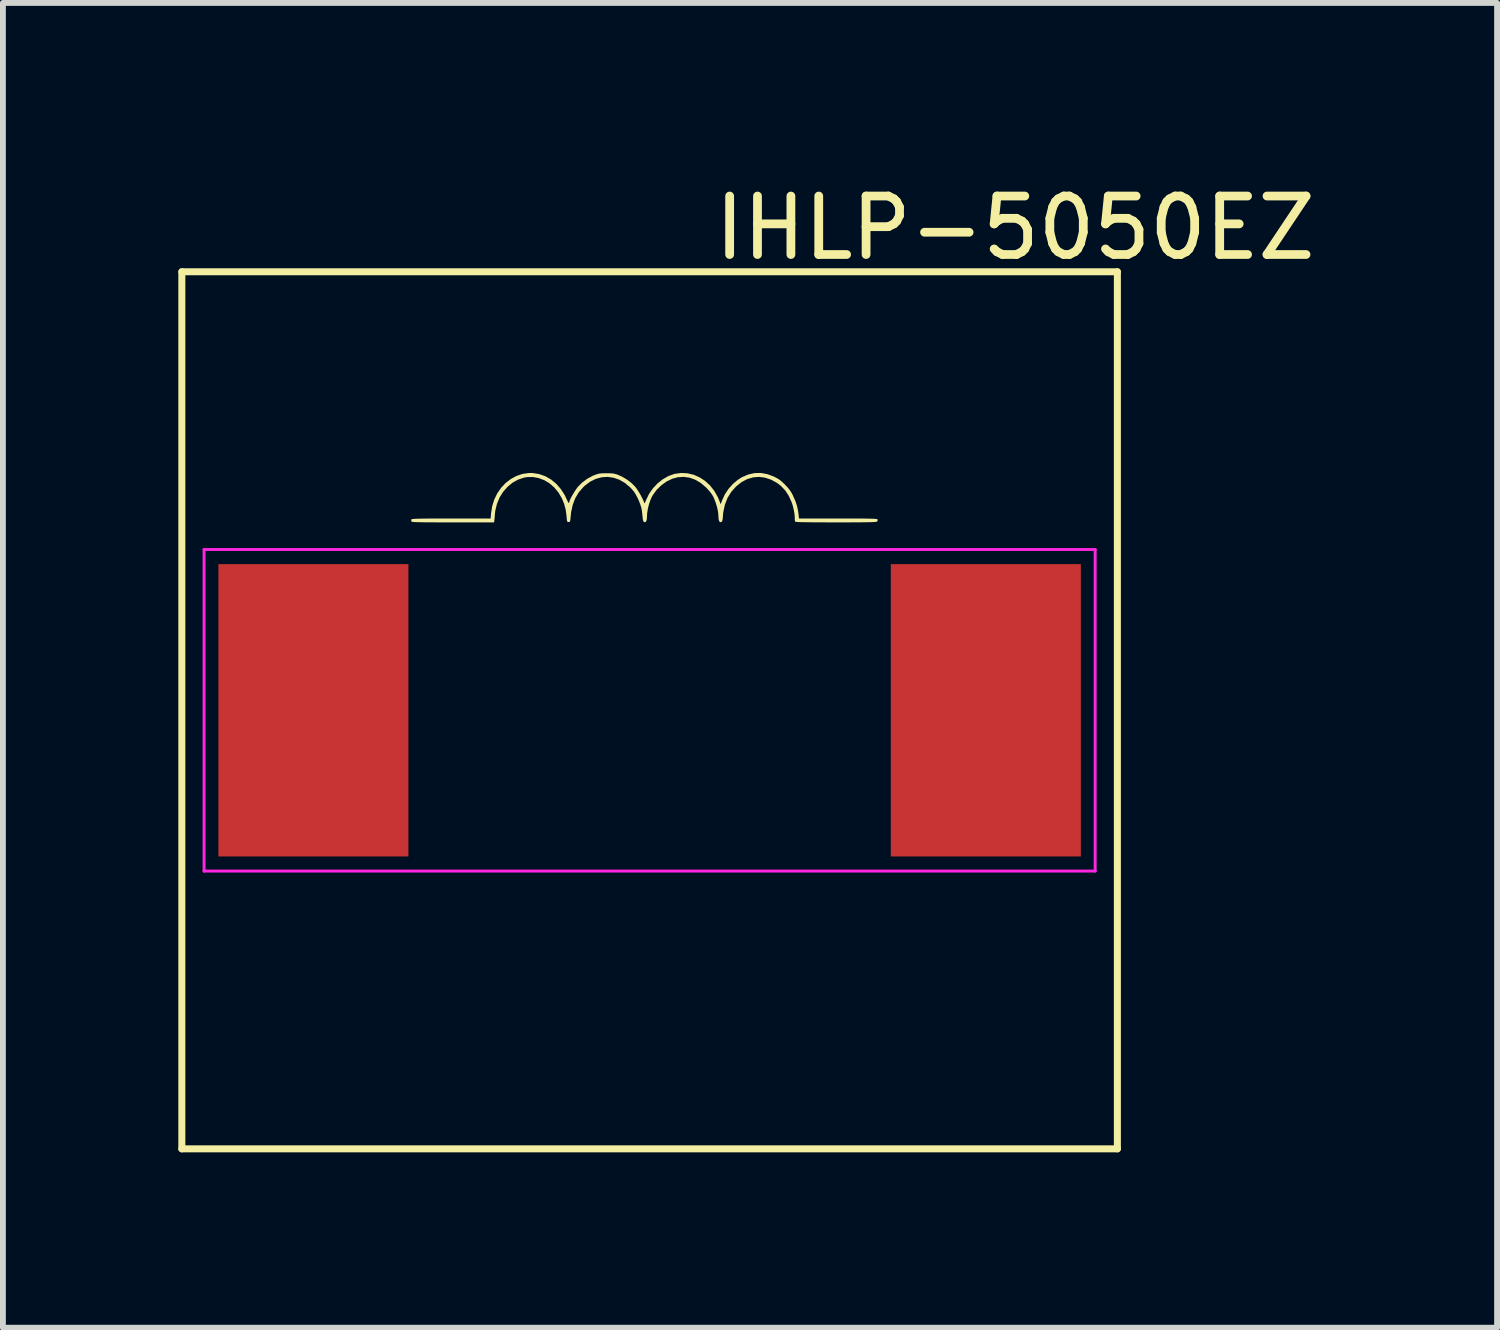
<source format=kicad_pcb>
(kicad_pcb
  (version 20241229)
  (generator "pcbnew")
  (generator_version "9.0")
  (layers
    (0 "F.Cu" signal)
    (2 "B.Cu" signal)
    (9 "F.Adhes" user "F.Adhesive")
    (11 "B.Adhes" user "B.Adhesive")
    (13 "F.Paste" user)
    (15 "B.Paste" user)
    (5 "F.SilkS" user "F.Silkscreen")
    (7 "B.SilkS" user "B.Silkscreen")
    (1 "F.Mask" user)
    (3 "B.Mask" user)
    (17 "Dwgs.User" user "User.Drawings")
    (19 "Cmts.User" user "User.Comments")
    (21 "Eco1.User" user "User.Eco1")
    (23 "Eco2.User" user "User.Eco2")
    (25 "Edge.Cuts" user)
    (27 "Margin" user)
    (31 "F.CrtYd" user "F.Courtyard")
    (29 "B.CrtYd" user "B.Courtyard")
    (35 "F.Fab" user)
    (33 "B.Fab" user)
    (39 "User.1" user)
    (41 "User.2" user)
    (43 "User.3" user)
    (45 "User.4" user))
  (footprint "IHLP-5050EZ"
    (layer "F.Cu")
    (at 8.06 9.098)
    (property "Reference" "IHLP-5050EZ" (at 6.25 -8.25 0) (layer "F.SilkS") (effects (font (size 1 1) (thickness 0.15))))
    (attr smd)
    (fp_line (start -8 -7.5) (end -8 7.5) (stroke (width 0.12) (type default)) (layer "F.SilkS"))
    (fp_line (start -8 -7.5) (end 8 -7.5) (stroke (width 0.12) (type default)) (layer "F.SilkS"))
    (fp_line (start 8 -7.5) (end 8 7.5) (stroke (width 0.12) (type default)) (layer "F.SilkS"))
    (fp_line (start 8 7.5) (end -8 7.5) (stroke (width 0.12) (type default)) (layer "F.SilkS"))
    (fp_poly (pts (xy 2.013 -4.039) (xy 2.124 -3.998) (xy 2.132 -3.994) (xy 2.182 -3.968) (xy 2.225 -3.941) (xy 2.267 -3.906) (xy 2.315 -3.86) (xy 2.36 -3.812) (xy 2.394 -3.771) (xy 2.422 -3.729) (xy 2.449 -3.679) (xy 2.455 -3.665) (xy 2.496 -3.572) (xy 2.523 -3.487) (xy 2.541 -3.4) (xy 2.547 -3.354) (xy 2.554 -3.28) (xy 3.224 -3.28) (xy 3.363 -3.28) (xy 3.482 -3.28) (xy 3.582 -3.28) (xy 3.665 -3.279) (xy 3.733 -3.278) (xy 3.786 -3.277) (xy 3.827 -3.276) (xy 3.857 -3.274) (xy 3.878 -3.272) (xy 3.891 -3.269) (xy 3.897 -3.266) (xy 3.9 -3.263) (xy 3.899 -3.242) (xy 3.892 -3.23) (xy 3.887 -3.227) (xy 3.877 -3.224) (xy 3.86 -3.222) (xy 3.835 -3.22) (xy 3.799 -3.218) (xy 3.753 -3.217) (xy 3.693 -3.216) (xy 3.619 -3.215) (xy 3.528 -3.215) (xy 3.42 -3.214) (xy 3.292 -3.214) (xy 3.188 -3.214) (xy 3.04 -3.214) (xy 2.913 -3.215) (xy 2.806 -3.215) (xy 2.716 -3.216) (xy 2.644 -3.217) (xy 2.587 -3.218) (xy 2.544 -3.22) (xy 2.514 -3.222) (xy 2.497 -3.224) (xy 2.489 -3.227) (xy 2.489 -3.228) (xy 2.484 -3.248) (xy 2.483 -3.274) (xy 2.482 -3.319) (xy 2.475 -3.378) (xy 2.462 -3.443) (xy 2.446 -3.508) (xy 2.43 -3.556) (xy 2.38 -3.668) (xy 2.318 -3.762) (xy 2.242 -3.841) (xy 2.179 -3.889) (xy 2.076 -3.945) (xy 1.972 -3.979) (xy 1.869 -3.992) (xy 1.767 -3.983) (xy 1.667 -3.953) (xy 1.57 -3.901) (xy 1.479 -3.828) (xy 1.478 -3.827) (xy 1.396 -3.735) (xy 1.332 -3.631) (xy 1.287 -3.515) (xy 1.26 -3.388) (xy 1.255 -3.336) (xy 1.251 -3.285) (xy 1.246 -3.252) (xy 1.239 -3.232) (xy 1.229 -3.221) (xy 1.228 -3.221) (xy 1.206 -3.217) (xy 1.19 -3.233) (xy 1.18 -3.268) (xy 1.177 -3.322) (xy 1.177 -3.325) (xy 1.171 -3.392) (xy 1.155 -3.469) (xy 1.131 -3.549) (xy 1.102 -3.625) (xy 1.086 -3.659) (xy 1.06 -3.7) (xy 1.023 -3.749) (xy 0.979 -3.797) (xy 0.967 -3.81) (xy 0.878 -3.886) (xy 0.784 -3.942) (xy 0.686 -3.978) (xy 0.585 -3.992) (xy 0.482 -3.986) (xy 0.387 -3.96) (xy 0.29 -3.913) (xy 0.2 -3.848) (xy 0.119 -3.769) (xy 0.053 -3.678) (xy 0.04 -3.655) (xy 0.012 -3.591) (xy -0.013 -3.516) (xy -0.032 -3.436) (xy -0.043 -3.362) (xy -0.044 -3.33) (xy -0.047 -3.273) (xy -0.057 -3.235) (xy -0.072 -3.217) (xy -0.094 -3.22) (xy -0.096 -3.221) (xy -0.106 -3.232) (xy -0.114 -3.254) (xy -0.119 -3.29) (xy -0.122 -3.325) (xy -0.13 -3.399) (xy -0.141 -3.463) (xy -0.16 -3.523) (xy -0.186 -3.589) (xy -0.206 -3.632) (xy -0.237 -3.691) (xy -0.267 -3.738) (xy -0.303 -3.782) (xy -0.334 -3.814) (xy -0.423 -3.889) (xy -0.519 -3.944) (xy -0.618 -3.978) (xy -0.719 -3.992) (xy -0.821 -3.985) (xy -0.921 -3.958) (xy -1.017 -3.91) (xy -1.108 -3.842) (xy -1.139 -3.812) (xy -1.215 -3.723) (xy -1.273 -3.624) (xy -1.315 -3.514) (xy -1.342 -3.391) (xy -1.35 -3.318) (xy -1.354 -3.271) (xy -1.358 -3.242) (xy -1.364 -3.227) (xy -1.372 -3.221) (xy -1.385 -3.22) (xy -1.385 -3.22) (xy -1.399 -3.221) (xy -1.407 -3.227) (xy -1.413 -3.242) (xy -1.417 -3.271) (xy -1.42 -3.314) (xy -1.435 -3.43) (xy -1.463 -3.534) (xy -1.501 -3.626) (xy -1.559 -3.725) (xy -1.631 -3.811) (xy -1.712 -3.882) (xy -1.802 -3.936) (xy -1.898 -3.972) (xy -1.997 -3.99) (xy -2.098 -3.988) (xy -2.149 -3.979) (xy -2.252 -3.944) (xy -2.348 -3.89) (xy -2.433 -3.819) (xy -2.507 -3.734) (xy -2.567 -3.637) (xy -2.611 -3.53) (xy -2.639 -3.416) (xy -2.646 -3.352) (xy -2.649 -3.307) (xy -2.653 -3.268) (xy -2.656 -3.242) (xy -2.656 -3.239) (xy -2.661 -3.214) (xy -3.365 -3.214) (xy -3.509 -3.214) (xy -3.631 -3.214) (xy -3.735 -3.215) (xy -3.822 -3.215) (xy -3.893 -3.216) (xy -3.949 -3.217) (xy -3.993 -3.218) (xy -4.026 -3.22) (xy -4.049 -3.222) (xy -4.064 -3.224) (xy -4.072 -3.227) (xy -4.075 -3.231) (xy -4.077 -3.255) (xy -4.075 -3.264) (xy -4.072 -3.267) (xy -4.063 -3.27) (xy -4.048 -3.272) (xy -4.025 -3.274) (xy -3.992 -3.276) (xy -3.947 -3.277) (xy -3.889 -3.278) (xy -3.817 -3.279) (xy -3.729 -3.28) (xy -3.623 -3.28) (xy -3.498 -3.28) (xy -3.394 -3.28) (xy -2.719 -3.28) (xy -2.712 -3.365) (xy -2.693 -3.489) (xy -2.657 -3.604) (xy -2.605 -3.711) (xy -2.539 -3.806) (xy -2.462 -3.888) (xy -2.373 -3.956) (xy -2.277 -4.008) (xy -2.173 -4.043) (xy -2.064 -4.058) (xy -2.001 -4.058) (xy -1.889 -4.04) (xy -1.783 -4.003) (xy -1.684 -3.946) (xy -1.595 -3.872) (xy -1.516 -3.781) (xy -1.449 -3.676) (xy -1.412 -3.596) (xy -1.396 -3.563) (xy -1.384 -3.546) (xy -1.376 -3.547) (xy -1.374 -3.559) (xy -1.369 -3.582) (xy -1.353 -3.619) (xy -1.329 -3.664) (xy -1.301 -3.712) (xy -1.271 -3.76) (xy -1.242 -3.802) (xy -1.228 -3.82) (xy -1.156 -3.893) (xy -1.069 -3.958) (xy -0.973 -4.01) (xy -0.939 -4.024) (xy -0.9 -4.038) (xy -0.865 -4.047) (xy -0.826 -4.052) (xy -0.776 -4.054) (xy -0.742 -4.054) (xy -0.681 -4.054) (xy -0.635 -4.051) (xy -0.596 -4.044) (xy -0.557 -4.033) (xy -0.546 -4.029) (xy -0.469 -3.995) (xy -0.389 -3.947) (xy -0.314 -3.891) (xy -0.254 -3.832) (xy -0.223 -3.793) (xy -0.19 -3.742) (xy -0.156 -3.686) (xy -0.127 -3.63) (xy -0.104 -3.581) (xy -0.095 -3.555) (xy -0.09 -3.543) (xy -0.084 -3.543) (xy -0.076 -3.559) (xy -0.062 -3.593) (xy -0.06 -3.597) (xy -0.01 -3.7) (xy 0.056 -3.795) (xy 0.135 -3.88) (xy 0.225 -3.951) (xy 0.321 -4.006) (xy 0.422 -4.042) (xy 0.43 -4.044) (xy 0.54 -4.059) (xy 0.649 -4.053) (xy 0.755 -4.028) (xy 0.855 -3.984) (xy 0.949 -3.923) (xy 1.033 -3.846) (xy 1.106 -3.753) (xy 1.166 -3.647) (xy 1.182 -3.609) (xy 1.216 -3.525) (xy 1.242 -3.596) (xy 1.287 -3.693) (xy 1.349 -3.787) (xy 1.425 -3.872) (xy 1.51 -3.943) (xy 1.58 -3.987) (xy 1.688 -4.033) (xy 1.796 -4.057) (xy 1.904 -4.059)) (stroke (width 0) (type solid)) (fill yes) (layer "F.SilkS"))
    (fp_line (start -7.62 -2.75) (end 7.62 -2.75) (stroke (width 0.05) (type default)) (layer "F.CrtYd"))
    (fp_line (start -7.62 2.75) (end -7.62 -2.75) (stroke (width 0.05) (type default)) (layer "F.CrtYd"))
    (fp_line (start 7.62 -2.75) (end 7.62 2.75) (stroke (width 0.05) (type default)) (layer "F.CrtYd"))
    (fp_line (start 7.62 2.75) (end -7.62 2.75) (stroke (width 0.05) (type default)) (layer "F.CrtYd"))
    (pad "1" smd rect (at -5.75 0) (size 3.25 5) (layers "F.Cu" "F.Mask" "F.Paste"))
    (pad "2" smd rect (at 5.75 0) (size 3.25 5) (layers "F.Cu" "F.Mask" "F.Paste")))
  (gr_rect
    (start -3 -3)
    (end 22.554 19.658)
    (stroke (width 0.1) (type default))
    (fill no)
    (layer "Edge.Cuts")))
</source>
